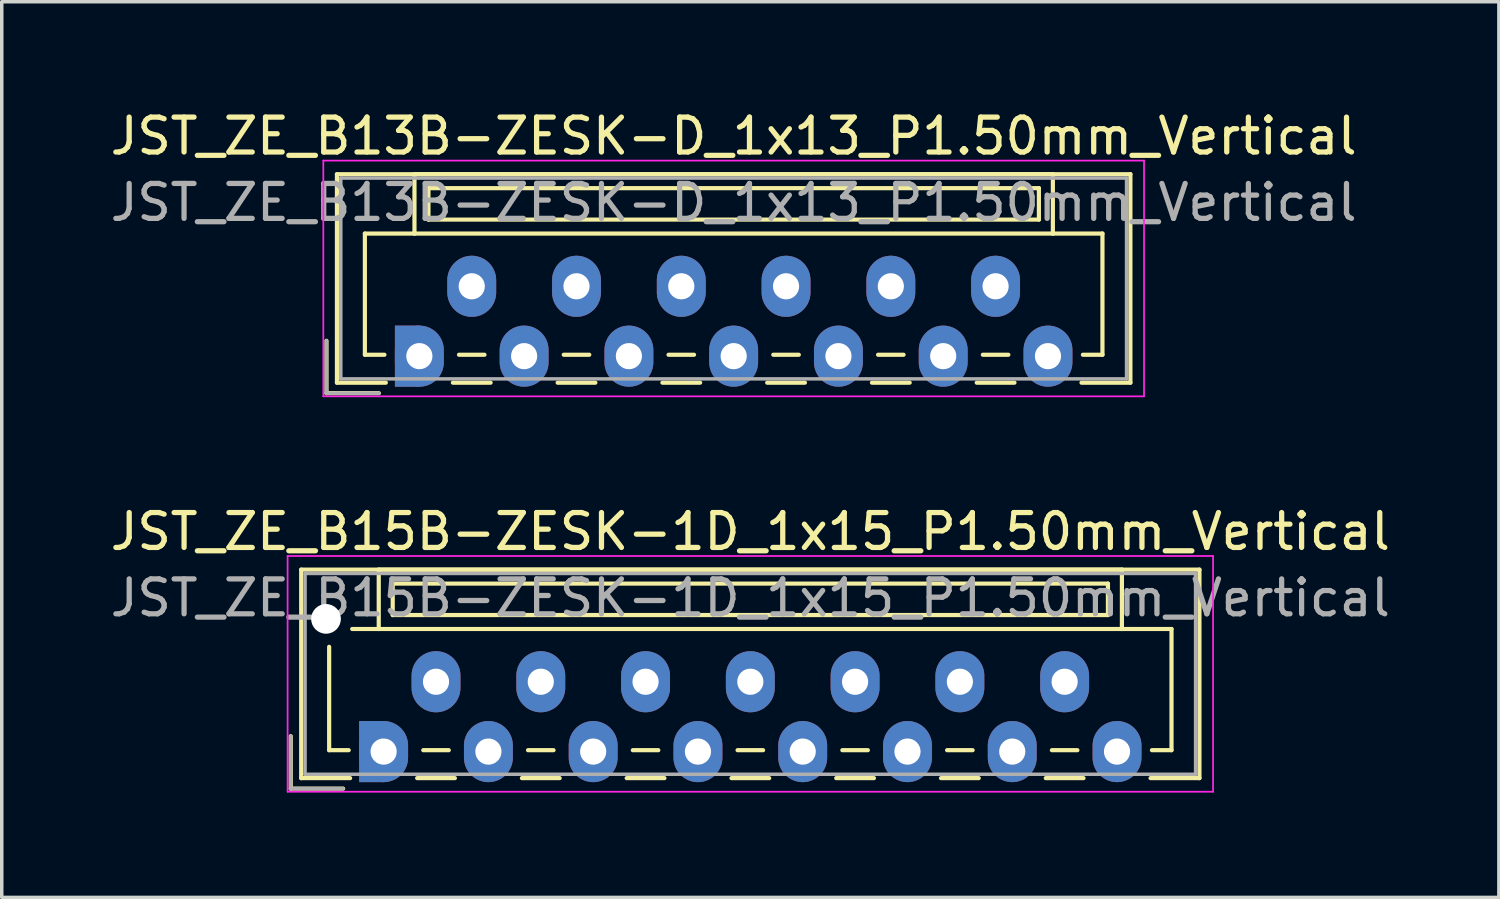
<source format=kicad_pcb>
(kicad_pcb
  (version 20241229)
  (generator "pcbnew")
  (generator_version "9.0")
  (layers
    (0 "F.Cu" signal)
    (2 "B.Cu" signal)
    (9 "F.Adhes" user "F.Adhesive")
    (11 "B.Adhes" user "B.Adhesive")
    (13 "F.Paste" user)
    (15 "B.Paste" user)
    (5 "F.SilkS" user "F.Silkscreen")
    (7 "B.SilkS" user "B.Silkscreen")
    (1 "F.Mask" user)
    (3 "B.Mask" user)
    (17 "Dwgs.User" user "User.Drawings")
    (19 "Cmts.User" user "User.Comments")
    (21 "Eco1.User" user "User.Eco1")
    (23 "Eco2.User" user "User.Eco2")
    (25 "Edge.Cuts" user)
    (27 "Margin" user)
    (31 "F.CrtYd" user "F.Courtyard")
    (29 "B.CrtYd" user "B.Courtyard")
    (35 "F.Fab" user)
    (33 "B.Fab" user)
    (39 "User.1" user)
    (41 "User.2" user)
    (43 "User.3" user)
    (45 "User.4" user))
  (footprint "JST_ZE_B15B-ZESK-1D_1x15_P1.50mm_Vertical"
    (layer "F.Cu")
    (at 7.935 18.471)
    (property "Reference" "JST_ZE_B15B-ZESK-1D_1x15_P1.50mm_Vertical" (at 10.5 -6.3 0) (layer "F.SilkS") (effects (font (size 1 1) (thickness 0.15))))
    (attr through_hole)
    (fp_line (start -2.66 -0.44) (end -2.66 1.06) (stroke (width 0.12) (type solid)) (layer "F.SilkS"))
    (fp_line (start -2.66 1.06) (end -1.16 1.06) (stroke (width 0.12) (type solid)) (layer "F.SilkS"))
    (fp_line (start -2.36 -5.21) (end 23.36 -5.21) (stroke (width 0.12) (type solid)) (layer "F.SilkS"))
    (fp_line (start -2.36 0.76) (end -2.36 -5.21) (stroke (width 0.12) (type solid)) (layer "F.SilkS"))
    (fp_line (start -1.56 -3) (end -1.56 -0.04) (stroke (width 0.12) (type solid)) (layer "F.SilkS"))
    (fp_line (start -1.56 -0.04) (end -1 -0.04) (stroke (width 0.12) (type solid)) (layer "F.SilkS"))
    (fp_line (start -0.96 0.76) (end -2.36 0.76) (stroke (width 0.12) (type solid)) (layer "F.SilkS"))
    (fp_line (start -0.14 -5.21) (end -0.14 -3.51) (stroke (width 0.12) (type solid)) (layer "F.SilkS"))
    (fp_line (start -0.14 -3.51) (end -0.9 -3.51) (stroke (width 0.12) (type solid)) (layer "F.SilkS"))
    (fp_line (start -0.14 -3.51) (end 21.14 -3.51) (stroke (width 0.12) (type solid)) (layer "F.SilkS"))
    (fp_line (start 0.26 -4.81) (end 0.26 -3.91) (stroke (width 0.12) (type solid)) (layer "F.SilkS"))
    (fp_line (start 0.26 -3.91) (end 20.74 -3.91) (stroke (width 0.12) (type solid)) (layer "F.SilkS"))
    (fp_line (start 0.96 0.76) (end 2.04 0.76) (stroke (width 0.12) (type solid)) (layer "F.SilkS"))
    (fp_line (start 1.135 -0.04) (end 1.865 -0.04) (stroke (width 0.12) (type solid)) (layer "F.SilkS"))
    (fp_line (start 3.96 0.76) (end 5.04 0.76) (stroke (width 0.12) (type solid)) (layer "F.SilkS"))
    (fp_line (start 4.135 -0.04) (end 4.865 -0.04) (stroke (width 0.12) (type solid)) (layer "F.SilkS"))
    (fp_line (start 6.96 0.76) (end 8.04 0.76) (stroke (width 0.12) (type solid)) (layer "F.SilkS"))
    (fp_line (start 7.135 -0.04) (end 7.865 -0.04) (stroke (width 0.12) (type solid)) (layer "F.SilkS"))
    (fp_line (start 9.96 0.76) (end 11.04 0.76) (stroke (width 0.12) (type solid)) (layer "F.SilkS"))
    (fp_line (start 10.135 -0.04) (end 10.865 -0.04) (stroke (width 0.12) (type solid)) (layer "F.SilkS"))
    (fp_line (start 12.96 0.76) (end 14.04 0.76) (stroke (width 0.12) (type solid)) (layer "F.SilkS"))
    (fp_line (start 13.135 -0.04) (end 13.865 -0.04) (stroke (width 0.12) (type solid)) (layer "F.SilkS"))
    (fp_line (start 15.96 0.76) (end 17.04 0.76) (stroke (width 0.12) (type solid)) (layer "F.SilkS"))
    (fp_line (start 16.135 -0.04) (end 16.865 -0.04) (stroke (width 0.12) (type solid)) (layer "F.SilkS"))
    (fp_line (start 18.96 0.76) (end 20.04 0.76) (stroke (width 0.12) (type solid)) (layer "F.SilkS"))
    (fp_line (start 19.135 -0.04) (end 19.865 -0.04) (stroke (width 0.12) (type solid)) (layer "F.SilkS"))
    (fp_line (start 20.74 -4.81) (end 0.26 -4.81) (stroke (width 0.12) (type solid)) (layer "F.SilkS"))
    (fp_line (start 20.74 -3.91) (end 20.74 -4.81) (stroke (width 0.12) (type solid)) (layer "F.SilkS"))
    (fp_line (start 21.14 -5.21) (end -0.14 -5.21) (stroke (width 0.12) (type solid)) (layer "F.SilkS"))
    (fp_line (start 21.14 -3.51) (end 21.14 -5.21) (stroke (width 0.12) (type solid)) (layer "F.SilkS"))
    (fp_line (start 21.14 -3.51) (end 22.56 -3.51) (stroke (width 0.12) (type solid)) (layer "F.SilkS"))
    (fp_line (start 22.56 -3.51) (end 22.56 -0.04) (stroke (width 0.12) (type solid)) (layer "F.SilkS"))
    (fp_line (start 22.56 -0.04) (end 22 -0.04) (stroke (width 0.12) (type solid)) (layer "F.SilkS"))
    (fp_line (start 23.36 -5.21) (end 23.36 0.76) (stroke (width 0.12) (type solid)) (layer "F.SilkS"))
    (fp_line (start 23.36 0.76) (end 21.96 0.76) (stroke (width 0.12) (type solid)) (layer "F.SilkS"))
    (fp_line (start -2.75 -5.6) (end -2.75 1.15) (stroke (width 0.05) (type solid)) (layer "F.CrtYd"))
    (fp_line (start -2.75 1.15) (end 23.75 1.15) (stroke (width 0.05) (type solid)) (layer "F.CrtYd"))
    (fp_line (start 23.75 -5.6) (end -2.75 -5.6) (stroke (width 0.05) (type solid)) (layer "F.CrtYd"))
    (fp_line (start 23.75 1.15) (end 23.75 -5.6) (stroke (width 0.05) (type solid)) (layer "F.CrtYd"))
    (fp_line (start -2.66 -0.44) (end -2.66 1.06) (stroke (width 0.1) (type solid)) (layer "F.Fab"))
    (fp_line (start -2.66 1.06) (end -1.16 1.06) (stroke (width 0.1) (type solid)) (layer "F.Fab"))
    (fp_line (start -2.25 -5.1) (end -2.25 0.65) (stroke (width 0.1) (type solid)) (layer "F.Fab"))
    (fp_line (start -2.25 0.65) (end 23.25 0.65) (stroke (width 0.1) (type solid)) (layer "F.Fab"))
    (fp_line (start 23.25 -5.1) (end -2.25 -5.1) (stroke (width 0.1) (type solid)) (layer "F.Fab"))
    (fp_line (start 23.25 0.65) (end 23.25 -5.1) (stroke (width 0.1) (type solid)) (layer "F.Fab"))
    (fp_text user "${REFERENCE}" (at 10.5 -4.4 0) (layer "F.Fab") (effects (font (size 1 1) (thickness 0.15))))
    (pad "" np_thru_hole circle (at -1.65 -3.8) (size 0.85 0.85) (drill 0.85) (layers "*.Cu" "*.Mask"))
    (pad "1" smd rect (at -0.35 0) (size 0.7 1.75) (layers "F.Cu" "F.Mask"))
    (pad "1" smd rect (at -0.35 0) (size 0.7 1.75) (layers "B.Cu" "B.Mask"))
    (pad "1" thru_hole oval (at 0 0) (size 1.4 1.75) (drill 0.75) (layers "*.Cu" "*.Mask"))
    (pad "2" thru_hole oval (at 1.5 -2) (size 1.4 1.75) (drill 0.75) (layers "*.Cu" "*.Mask"))
    (pad "3" thru_hole oval (at 3 0) (size 1.4 1.75) (drill 0.75) (layers "*.Cu" "*.Mask"))
    (pad "4" thru_hole oval (at 4.5 -2) (size 1.4 1.75) (drill 0.75) (layers "*.Cu" "*.Mask"))
    (pad "5" thru_hole oval (at 6 0) (size 1.4 1.75) (drill 0.75) (layers "*.Cu" "*.Mask"))
    (pad "6" thru_hole oval (at 7.5 -2) (size 1.4 1.75) (drill 0.75) (layers "*.Cu" "*.Mask"))
    (pad "7" thru_hole oval (at 9 0) (size 1.4 1.75) (drill 0.75) (layers "*.Cu" "*.Mask"))
    (pad "8" thru_hole oval (at 10.5 -2) (size 1.4 1.75) (drill 0.75) (layers "*.Cu" "*.Mask"))
    (pad "9" thru_hole oval (at 12 0) (size 1.4 1.75) (drill 0.75) (layers "*.Cu" "*.Mask"))
    (pad "10" thru_hole oval (at 13.5 -2) (size 1.4 1.75) (drill 0.75) (layers "*.Cu" "*.Mask"))
    (pad "11" thru_hole oval (at 15 0) (size 1.4 1.75) (drill 0.75) (layers "*.Cu" "*.Mask"))
    (pad "12" thru_hole oval (at 16.5 -2) (size 1.4 1.75) (drill 0.75) (layers "*.Cu" "*.Mask"))
    (pad "13" thru_hole oval (at 18 0) (size 1.4 1.75) (drill 0.75) (layers "*.Cu" "*.Mask"))
    (pad "14" thru_hole oval (at 19.5 -2) (size 1.4 1.75) (drill 0.75) (layers "*.Cu" "*.Mask"))
    (pad "15" thru_hole oval (at 21 0) (size 1.4 1.75) (drill 0.75) (layers "*.Cu" "*.Mask")))
  (footprint "JST_ZE_B13B-ZESK-D_1x13_P1.50mm_Vertical"
    (layer "F.Cu")
    (at 8.958 7.148)
    (property "Reference" "JST_ZE_B13B-ZESK-D_1x13_P1.50mm_Vertical" (at 9 -6.3 0) (layer "F.SilkS") (effects (font (size 1 1) (thickness 0.15))))
    (attr through_hole)
    (fp_line (start -2.66 -0.44) (end -2.66 1.06) (stroke (width 0.12) (type solid)) (layer "F.SilkS"))
    (fp_line (start -2.66 1.06) (end -1.16 1.06) (stroke (width 0.12) (type solid)) (layer "F.SilkS"))
    (fp_line (start -2.36 -5.21) (end 20.36 -5.21) (stroke (width 0.12) (type solid)) (layer "F.SilkS"))
    (fp_line (start -2.36 0.76) (end -2.36 -5.21) (stroke (width 0.12) (type solid)) (layer "F.SilkS"))
    (fp_line (start -1.56 -3.51) (end -1.56 -0.04) (stroke (width 0.12) (type solid)) (layer "F.SilkS"))
    (fp_line (start -1.56 -0.04) (end -1 -0.04) (stroke (width 0.12) (type solid)) (layer "F.SilkS"))
    (fp_line (start -0.96 0.76) (end -2.36 0.76) (stroke (width 0.12) (type solid)) (layer "F.SilkS"))
    (fp_line (start -0.14 -5.21) (end -0.14 -3.51) (stroke (width 0.12) (type solid)) (layer "F.SilkS"))
    (fp_line (start -0.14 -3.51) (end -1.56 -3.51) (stroke (width 0.12) (type solid)) (layer "F.SilkS"))
    (fp_line (start -0.14 -3.51) (end 18.14 -3.51) (stroke (width 0.12) (type solid)) (layer "F.SilkS"))
    (fp_line (start 0.26 -4.81) (end 0.26 -3.91) (stroke (width 0.12) (type solid)) (layer "F.SilkS"))
    (fp_line (start 0.26 -3.91) (end 17.74 -3.91) (stroke (width 0.12) (type solid)) (layer "F.SilkS"))
    (fp_line (start 0.96 0.76) (end 2.04 0.76) (stroke (width 0.12) (type solid)) (layer "F.SilkS"))
    (fp_line (start 1.135 -0.04) (end 1.865 -0.04) (stroke (width 0.12) (type solid)) (layer "F.SilkS"))
    (fp_line (start 3.96 0.76) (end 5.04 0.76) (stroke (width 0.12) (type solid)) (layer "F.SilkS"))
    (fp_line (start 4.135 -0.04) (end 4.865 -0.04) (stroke (width 0.12) (type solid)) (layer "F.SilkS"))
    (fp_line (start 6.96 0.76) (end 8.04 0.76) (stroke (width 0.12) (type solid)) (layer "F.SilkS"))
    (fp_line (start 7.135 -0.04) (end 7.865 -0.04) (stroke (width 0.12) (type solid)) (layer "F.SilkS"))
    (fp_line (start 9.96 0.76) (end 11.04 0.76) (stroke (width 0.12) (type solid)) (layer "F.SilkS"))
    (fp_line (start 10.135 -0.04) (end 10.865 -0.04) (stroke (width 0.12) (type solid)) (layer "F.SilkS"))
    (fp_line (start 12.96 0.76) (end 14.04 0.76) (stroke (width 0.12) (type solid)) (layer "F.SilkS"))
    (fp_line (start 13.135 -0.04) (end 13.865 -0.04) (stroke (width 0.12) (type solid)) (layer "F.SilkS"))
    (fp_line (start 15.96 0.76) (end 17.04 0.76) (stroke (width 0.12) (type solid)) (layer "F.SilkS"))
    (fp_line (start 16.135 -0.04) (end 16.865 -0.04) (stroke (width 0.12) (type solid)) (layer "F.SilkS"))
    (fp_line (start 17.74 -4.81) (end 0.26 -4.81) (stroke (width 0.12) (type solid)) (layer "F.SilkS"))
    (fp_line (start 17.74 -3.91) (end 17.74 -4.81) (stroke (width 0.12) (type solid)) (layer "F.SilkS"))
    (fp_line (start 18.14 -5.21) (end -0.14 -5.21) (stroke (width 0.12) (type solid)) (layer "F.SilkS"))
    (fp_line (start 18.14 -3.51) (end 18.14 -5.21) (stroke (width 0.12) (type solid)) (layer "F.SilkS"))
    (fp_line (start 18.14 -3.51) (end 19.56 -3.51) (stroke (width 0.12) (type solid)) (layer "F.SilkS"))
    (fp_line (start 19.56 -3.51) (end 19.56 -0.04) (stroke (width 0.12) (type solid)) (layer "F.SilkS"))
    (fp_line (start 19.56 -0.04) (end 19 -0.04) (stroke (width 0.12) (type solid)) (layer "F.SilkS"))
    (fp_line (start 20.36 -5.21) (end 20.36 0.76) (stroke (width 0.12) (type solid)) (layer "F.SilkS"))
    (fp_line (start 20.36 0.76) (end 18.96 0.76) (stroke (width 0.12) (type solid)) (layer "F.SilkS"))
    (fp_line (start -2.75 -5.6) (end -2.75 1.15) (stroke (width 0.05) (type solid)) (layer "F.CrtYd"))
    (fp_line (start -2.75 1.15) (end 20.75 1.15) (stroke (width 0.05) (type solid)) (layer "F.CrtYd"))
    (fp_line (start 20.75 -5.6) (end -2.75 -5.6) (stroke (width 0.05) (type solid)) (layer "F.CrtYd"))
    (fp_line (start 20.75 1.15) (end 20.75 -5.6) (stroke (width 0.05) (type solid)) (layer "F.CrtYd"))
    (fp_line (start -2.66 -0.44) (end -2.66 1.06) (stroke (width 0.1) (type solid)) (layer "F.Fab"))
    (fp_line (start -2.66 1.06) (end -1.16 1.06) (stroke (width 0.1) (type solid)) (layer "F.Fab"))
    (fp_line (start -2.25 -5.1) (end -2.25 0.65) (stroke (width 0.1) (type solid)) (layer "F.Fab"))
    (fp_line (start -2.25 0.65) (end 20.25 0.65) (stroke (width 0.1) (type solid)) (layer "F.Fab"))
    (fp_line (start 20.25 -5.1) (end -2.25 -5.1) (stroke (width 0.1) (type solid)) (layer "F.Fab"))
    (fp_line (start 20.25 0.65) (end 20.25 -5.1) (stroke (width 0.1) (type solid)) (layer "F.Fab"))
    (fp_text user "${REFERENCE}" (at 9 -4.4 0) (layer "F.Fab") (effects (font (size 1 1) (thickness 0.15))))
    (pad "1" smd rect (at -0.35 0) (size 0.7 1.75) (layers "F.Cu" "F.Mask"))
    (pad "1" smd rect (at -0.35 0) (size 0.7 1.75) (layers "B.Cu" "B.Mask"))
    (pad "1" thru_hole oval (at 0 0) (size 1.4 1.75) (drill 0.75) (layers "*.Cu" "*.Mask"))
    (pad "2" thru_hole oval (at 1.5 -2) (size 1.4 1.75) (drill 0.75) (layers "*.Cu" "*.Mask"))
    (pad "3" thru_hole oval (at 3 0) (size 1.4 1.75) (drill 0.75) (layers "*.Cu" "*.Mask"))
    (pad "4" thru_hole oval (at 4.5 -2) (size 1.4 1.75) (drill 0.75) (layers "*.Cu" "*.Mask"))
    (pad "5" thru_hole oval (at 6 0) (size 1.4 1.75) (drill 0.75) (layers "*.Cu" "*.Mask"))
    (pad "6" thru_hole oval (at 7.5 -2) (size 1.4 1.75) (drill 0.75) (layers "*.Cu" "*.Mask"))
    (pad "7" thru_hole oval (at 9 0) (size 1.4 1.75) (drill 0.75) (layers "*.Cu" "*.Mask"))
    (pad "8" thru_hole oval (at 10.5 -2) (size 1.4 1.75) (drill 0.75) (layers "*.Cu" "*.Mask"))
    (pad "9" thru_hole oval (at 12 0) (size 1.4 1.75) (drill 0.75) (layers "*.Cu" "*.Mask"))
    (pad "10" thru_hole oval (at 13.5 -2) (size 1.4 1.75) (drill 0.75) (layers "*.Cu" "*.Mask"))
    (pad "11" thru_hole oval (at 15 0) (size 1.4 1.75) (drill 0.75) (layers "*.Cu" "*.Mask"))
    (pad "12" thru_hole oval (at 16.5 -2) (size 1.4 1.75) (drill 0.75) (layers "*.Cu" "*.Mask"))
    (pad "13" thru_hole oval (at 18 0) (size 1.4 1.75) (drill 0.75) (layers "*.Cu" "*.Mask")))
  (gr_rect
    (start -3 -3)
    (end 39.869 22.646)
    (stroke (width 0.1) (type default))
    (fill no)
    (layer "Edge.Cuts")))
</source>
